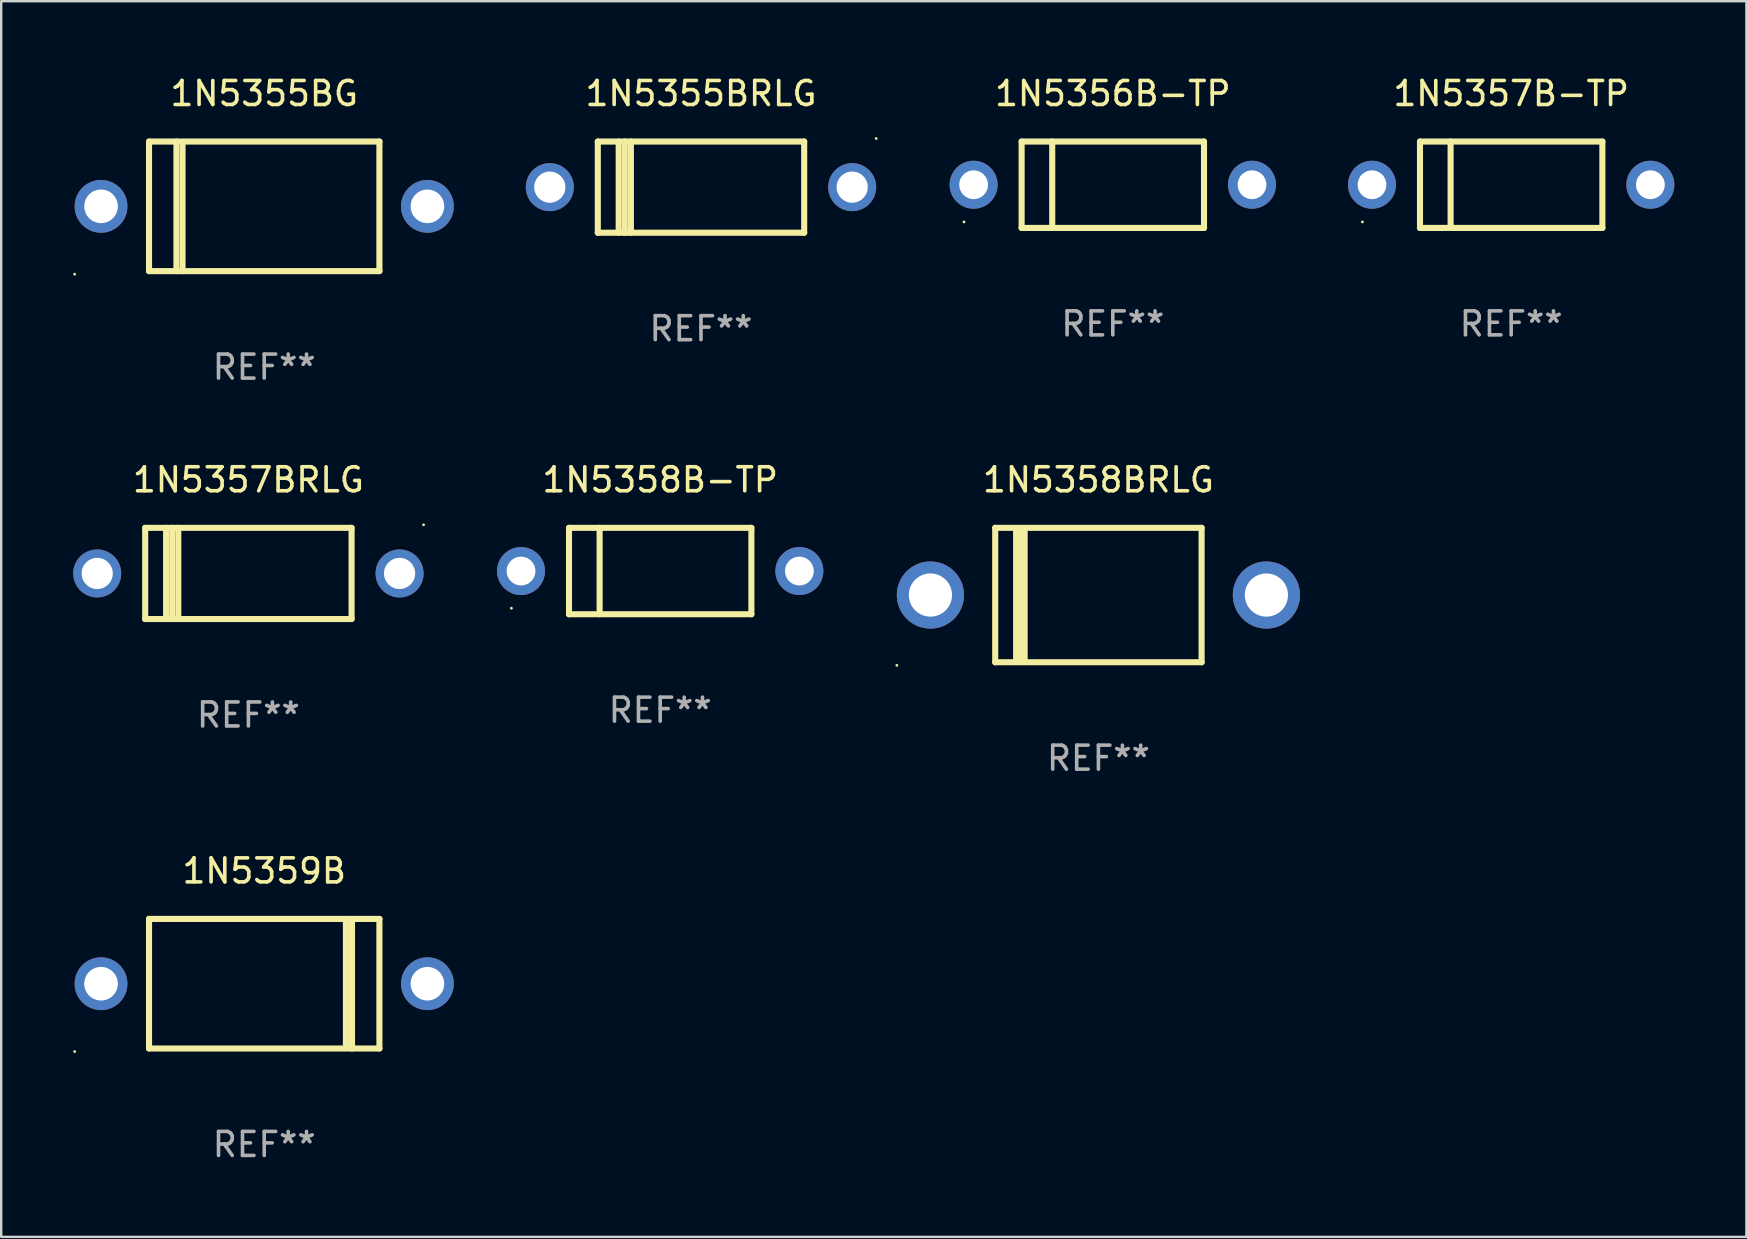
<source format=kicad_pcb>
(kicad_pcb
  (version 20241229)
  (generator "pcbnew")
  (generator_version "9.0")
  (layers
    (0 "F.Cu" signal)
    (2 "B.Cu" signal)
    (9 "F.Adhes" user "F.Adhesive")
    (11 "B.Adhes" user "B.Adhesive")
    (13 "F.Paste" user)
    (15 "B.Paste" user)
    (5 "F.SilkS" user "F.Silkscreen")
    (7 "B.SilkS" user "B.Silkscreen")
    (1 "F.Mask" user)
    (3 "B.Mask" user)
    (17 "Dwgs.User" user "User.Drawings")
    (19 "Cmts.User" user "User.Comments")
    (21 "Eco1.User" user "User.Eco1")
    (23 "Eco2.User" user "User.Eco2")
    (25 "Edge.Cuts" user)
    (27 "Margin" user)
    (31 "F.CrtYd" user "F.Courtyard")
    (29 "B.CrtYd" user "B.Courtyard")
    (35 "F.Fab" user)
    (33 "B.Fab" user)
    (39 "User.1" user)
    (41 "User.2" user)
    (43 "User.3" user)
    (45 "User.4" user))
  (footprint "1N5355BRLG"
    (layer "F.Cu")
    (at 26.16 4.748)
    (property "Reference" "1N5355BRLG" (at 0 -3.9 0) (layer "F.SilkS") (effects (font (size 1 1) (thickness 0.15))))
    (attr through_hole)
    (fp_line (start -4.3 -1.9) (end 4.3 -1.9) (stroke (width 0.254) (type solid)) (layer "F.SilkS"))
    (fp_line (start -4.3 1.9) (end -4.3 -1.9) (stroke (width 0.254) (type solid)) (layer "F.SilkS"))
    (fp_line (start -3.429 1.9) (end -3.429 -1.9) (stroke (width 0.254) (type solid)) (layer "F.SilkS"))
    (fp_line (start -3.175 1.9) (end -3.175 -1.9) (stroke (width 0.254) (type solid)) (layer "F.SilkS"))
    (fp_line (start -2.921 1.9) (end -2.921 -1.9) (stroke (width 0.254) (type solid)) (layer "F.SilkS"))
    (fp_line (start 4.3 -1.9) (end 4.3 1.9) (stroke (width 0.254) (type solid)) (layer "F.SilkS"))
    (fp_line (start 4.3 1.9) (end -4.3 1.9) (stroke (width 0.254) (type solid)) (layer "F.SilkS"))
    (fp_circle (center 7.3 -2.027) (end 7.33 -2.027) (stroke (width 0.06) (type solid)) (fill no) (layer "F.SilkS"))
    (fp_text user "REF**" (at 0 5.9 0) (layer "F.Fab") (effects (font (size 1 1) (thickness 0.15))))
    (pad "1" thru_hole circle (at 6.3 0) (size 2 2) (drill 1.3) (layers "*.Cu" "*.Mask"))
    (pad "2" thru_hole circle (at -6.3 0) (size 2 2) (drill 1.3) (layers "*.Cu" "*.Mask")))
  (footprint "1N5357BRLG"
    (layer "F.Cu")
    (at 7.3 20.845)
    (property "Reference" "1N5357BRLG" (at 0 -3.9 0) (layer "F.SilkS") (effects (font (size 1 1) (thickness 0.15))))
    (attr through_hole)
    (fp_line (start -4.3 -1.9) (end 4.3 -1.9) (stroke (width 0.254) (type solid)) (layer "F.SilkS"))
    (fp_line (start -4.3 1.9) (end -4.3 -1.9) (stroke (width 0.254) (type solid)) (layer "F.SilkS"))
    (fp_line (start -3.429 1.9) (end -3.429 -1.9) (stroke (width 0.254) (type solid)) (layer "F.SilkS"))
    (fp_line (start -3.175 1.9) (end -3.175 -1.9) (stroke (width 0.254) (type solid)) (layer "F.SilkS"))
    (fp_line (start -2.921 1.9) (end -2.921 -1.9) (stroke (width 0.254) (type solid)) (layer "F.SilkS"))
    (fp_line (start 4.3 -1.9) (end 4.3 1.9) (stroke (width 0.254) (type solid)) (layer "F.SilkS"))
    (fp_line (start 4.3 1.9) (end -4.3 1.9) (stroke (width 0.254) (type solid)) (layer "F.SilkS"))
    (fp_circle (center 7.3 -2.027) (end 7.33 -2.027) (stroke (width 0.06) (type solid)) (fill no) (layer "F.SilkS"))
    (fp_text user "REF**" (at 0 5.9 0) (layer "F.Fab") (effects (font (size 1 1) (thickness 0.15))))
    (pad "1" thru_hole circle (at 6.3 0) (size 2 2) (drill 1.3) (layers "*.Cu" "*.Mask"))
    (pad "2" thru_hole circle (at -6.3 0) (size 2 2) (drill 1.3) (layers "*.Cu" "*.Mask")))
  (footprint "1N5356B-TP"
    (layer "F.Cu")
    (at 43.32 4.648)
    (property "Reference" "1N5356B-TP" (at 0 -3.8 0) (layer "F.SilkS") (effects (font (size 1 1) (thickness 0.15))))
    (attr through_hole)
    (fp_line (start -3.8 -1.8) (end -3.8 1.8) (stroke (width 0.254) (type solid)) (layer "F.SilkS"))
    (fp_line (start -3.8 -1.8) (end 3.8 -1.8) (stroke (width 0.254) (type solid)) (layer "F.SilkS"))
    (fp_line (start -3.8 1.8) (end 3.8 1.8) (stroke (width 0.254) (type solid)) (layer "F.SilkS"))
    (fp_line (start -2.524 -1.8) (end -2.524 1.8) (stroke (width 0.254) (type solid)) (layer "F.SilkS"))
    (fp_line (start 3.8 -1.8) (end 3.8 1.8) (stroke (width 0.254) (type solid)) (layer "F.SilkS"))
    (fp_circle (center -6.2 1.55) (end -6.17 1.55) (stroke (width 0.06) (type solid)) (fill no) (layer "F.SilkS"))
    (fp_text user "REF**" (at 0 5.8 0) (layer "F.Fab") (effects (font (size 1 1) (thickness 0.15))))
    (pad "1" thru_hole circle (at -5.8 0) (size 2 2) (drill 1.2) (layers "*.Cu" "*.Mask"))
    (pad "2" thru_hole circle (at 5.8 0) (size 2 2) (drill 1.2) (layers "*.Cu" "*.Mask")))
  (footprint "1N5358BRLG"
    (layer "F.Cu")
    (at 42.72 21.745)
    (property "Reference" "1N5358BRLG" (at 0 -4.8 0) (layer "F.SilkS") (effects (font (size 1 1) (thickness 0.15))))
    (attr through_hole)
    (fp_line (start -4.3 -2.8) (end -4.3 2.8) (stroke (width 0.254) (type solid)) (layer "F.SilkS"))
    (fp_line (start -4.3 -2.8) (end 4.3 -2.8) (stroke (width 0.254) (type solid)) (layer "F.SilkS"))
    (fp_line (start -4.3 2.8) (end 4.3 2.8) (stroke (width 0.254) (type solid)) (layer "F.SilkS"))
    (fp_line (start -3.442 2.667) (end -3.442 -2.667) (stroke (width 0.229) (type solid)) (layer "F.SilkS"))
    (fp_line (start -3.315 2.667) (end -3.315 -2.667) (stroke (width 0.229) (type solid)) (layer "F.SilkS"))
    (fp_line (start -3.188 2.667) (end -3.188 -2.667) (stroke (width 0.229) (type solid)) (layer "F.SilkS"))
    (fp_line (start -3.061 2.667) (end -3.061 -2.667) (stroke (width 0.229) (type solid)) (layer "F.SilkS"))
    (fp_line (start 4.3 -2.8) (end 4.3 2.8) (stroke (width 0.254) (type solid)) (layer "F.SilkS"))
    (fp_circle (center -8.4 2.927) (end -8.37 2.927) (stroke (width 0.06) (type solid)) (fill no) (layer "F.SilkS"))
    (fp_text user "REF**" (at 0 6.8 0) (layer "F.Fab") (effects (font (size 1 1) (thickness 0.15))))
    (pad "1" thru_hole circle (at -7 0) (size 2.8 2.8) (drill 1.8) (layers "*.Cu" "*.Mask"))
    (pad "2" thru_hole circle (at 7 0) (size 2.8 2.8) (drill 1.8) (layers "*.Cu" "*.Mask")))
  (footprint "1N5359B"
    (layer "F.Cu")
    (at 7.96 37.941)
    (property "Reference" "1N5359B" (at 0 -4.7 0) (layer "F.SilkS") (effects (font (size 1 1) (thickness 0.15))))
    (attr through_hole)
    (fp_line (start -4.8 -2.7) (end -4.8 2.7) (stroke (width 0.254) (type solid)) (layer "F.SilkS"))
    (fp_line (start -4.8 -2.7) (end 4.8 -2.7) (stroke (width 0.254) (type solid)) (layer "F.SilkS"))
    (fp_line (start 3.404 -2.7) (end 3.404 2.54) (stroke (width 0.254) (type solid)) (layer "F.SilkS"))
    (fp_line (start 3.658 -2.7) (end 3.658 2.7) (stroke (width 0.254) (type solid)) (layer "F.SilkS"))
    (fp_line (start 4.8 -2.7) (end 4.8 2.7) (stroke (width 0.254) (type solid)) (layer "F.SilkS"))
    (fp_line (start 4.8 2.7) (end -4.8 2.7) (stroke (width 0.254) (type solid)) (layer "F.SilkS"))
    (fp_circle (center -7.9 2.827) (end -7.87 2.827) (stroke (width 0.06) (type solid)) (fill no) (layer "F.SilkS"))
    (fp_text user "REF**" (at 0 6.7 0) (layer "F.Fab") (effects (font (size 1 1) (thickness 0.15))))
    (pad "1" thru_hole circle (at -6.8 0) (size 2.2 2.2) (drill 1.4) (layers "*.Cu" "*.Mask"))
    (pad "2" thru_hole circle (at 6.8 0) (size 2.2 2.2) (drill 1.4) (layers "*.Cu" "*.Mask")))
  (footprint "1N5355BG"
    (layer "F.Cu")
    (at 7.96 5.548)
    (property "Reference" "1N5355BG" (at 0 -4.7 0) (layer "F.SilkS") (effects (font (size 1 1) (thickness 0.15))))
    (attr through_hole)
    (fp_line (start -4.8 -2.7) (end 4.8 -2.7) (stroke (width 0.254) (type solid)) (layer "F.SilkS"))
    (fp_line (start -4.8 2.7) (end -4.8 -2.7) (stroke (width 0.254) (type solid)) (layer "F.SilkS"))
    (fp_line (start -3.658 2.7) (end -3.658 -2.7) (stroke (width 0.254) (type solid)) (layer "F.SilkS"))
    (fp_line (start -3.404 2.7) (end -3.404 -2.54) (stroke (width 0.254) (type solid)) (layer "F.SilkS"))
    (fp_line (start 4.8 2.7) (end -4.8 2.7) (stroke (width 0.254) (type solid)) (layer "F.SilkS"))
    (fp_line (start 4.8 2.7) (end 4.8 -2.7) (stroke (width 0.254) (type solid)) (layer "F.SilkS"))
    (fp_circle (center -7.9 2.827) (end -7.87 2.827) (stroke (width 0.06) (type solid)) (fill no) (layer "F.SilkS"))
    (fp_text user "REF**" (at 0 6.7 0) (layer "F.Fab") (effects (font (size 1 1) (thickness 0.15))))
    (pad "1" thru_hole circle (at -6.8 0) (size 2.2 2.2) (drill 1.4) (layers "*.Cu" "*.Mask"))
    (pad "2" thru_hole circle (at 6.8 0) (size 2.2 2.2) (drill 1.4) (layers "*.Cu" "*.Mask")))
  (footprint "1N5358B-TP"
    (layer "F.Cu")
    (at 24.46 20.745)
    (property "Reference" "1N5358B-TP" (at 0 -3.8 0) (layer "F.SilkS") (effects (font (size 1 1) (thickness 0.15))))
    (attr through_hole)
    (fp_line (start -3.8 -1.8) (end -3.8 1.8) (stroke (width 0.254) (type solid)) (layer "F.SilkS"))
    (fp_line (start -3.8 -1.8) (end 3.8 -1.8) (stroke (width 0.254) (type solid)) (layer "F.SilkS"))
    (fp_line (start -3.8 1.8) (end 3.8 1.8) (stroke (width 0.254) (type solid)) (layer "F.SilkS"))
    (fp_line (start -2.524 -1.8) (end -2.524 1.8) (stroke (width 0.254) (type solid)) (layer "F.SilkS"))
    (fp_line (start 3.8 -1.8) (end 3.8 1.8) (stroke (width 0.254) (type solid)) (layer "F.SilkS"))
    (fp_circle (center -6.2 1.55) (end -6.17 1.55) (stroke (width 0.06) (type solid)) (fill no) (layer "F.SilkS"))
    (fp_text user "REF**" (at 0 5.8 0) (layer "F.Fab") (effects (font (size 1 1) (thickness 0.15))))
    (pad "1" thru_hole circle (at -5.8 0) (size 2 2) (drill 1.2) (layers "*.Cu" "*.Mask"))
    (pad "2" thru_hole circle (at 5.8 0) (size 2 2) (drill 1.2) (layers "*.Cu" "*.Mask")))
  (footprint "1N5357B-TP"
    (layer "F.Cu")
    (at 59.92 4.648)
    (property "Reference" "1N5357B-TP" (at 0 -3.8 0) (layer "F.SilkS") (effects (font (size 1 1) (thickness 0.15))))
    (attr through_hole)
    (fp_line (start -3.8 -1.8) (end -3.8 1.8) (stroke (width 0.254) (type solid)) (layer "F.SilkS"))
    (fp_line (start -3.8 -1.8) (end 3.8 -1.8) (stroke (width 0.254) (type solid)) (layer "F.SilkS"))
    (fp_line (start -3.8 1.8) (end 3.8 1.8) (stroke (width 0.254) (type solid)) (layer "F.SilkS"))
    (fp_line (start -2.524 -1.8) (end -2.524 1.8) (stroke (width 0.254) (type solid)) (layer "F.SilkS"))
    (fp_line (start 3.8 -1.8) (end 3.8 1.8) (stroke (width 0.254) (type solid)) (layer "F.SilkS"))
    (fp_circle (center -6.2 1.55) (end -6.17 1.55) (stroke (width 0.06) (type solid)) (fill no) (layer "F.SilkS"))
    (fp_text user "REF**" (at 0 5.8 0) (layer "F.Fab") (effects (font (size 1 1) (thickness 0.15))))
    (pad "1" thru_hole circle (at -5.8 0) (size 2 2) (drill 1.2) (layers "*.Cu" "*.Mask"))
    (pad "2" thru_hole circle (at 5.8 0) (size 2 2) (drill 1.2) (layers "*.Cu" "*.Mask")))
  (gr_rect
    (start -3 -3)
    (end 69.721 48.49)
    (stroke (width 0.1) (type default))
    (fill no)
    (layer "Edge.Cuts")))
</source>
